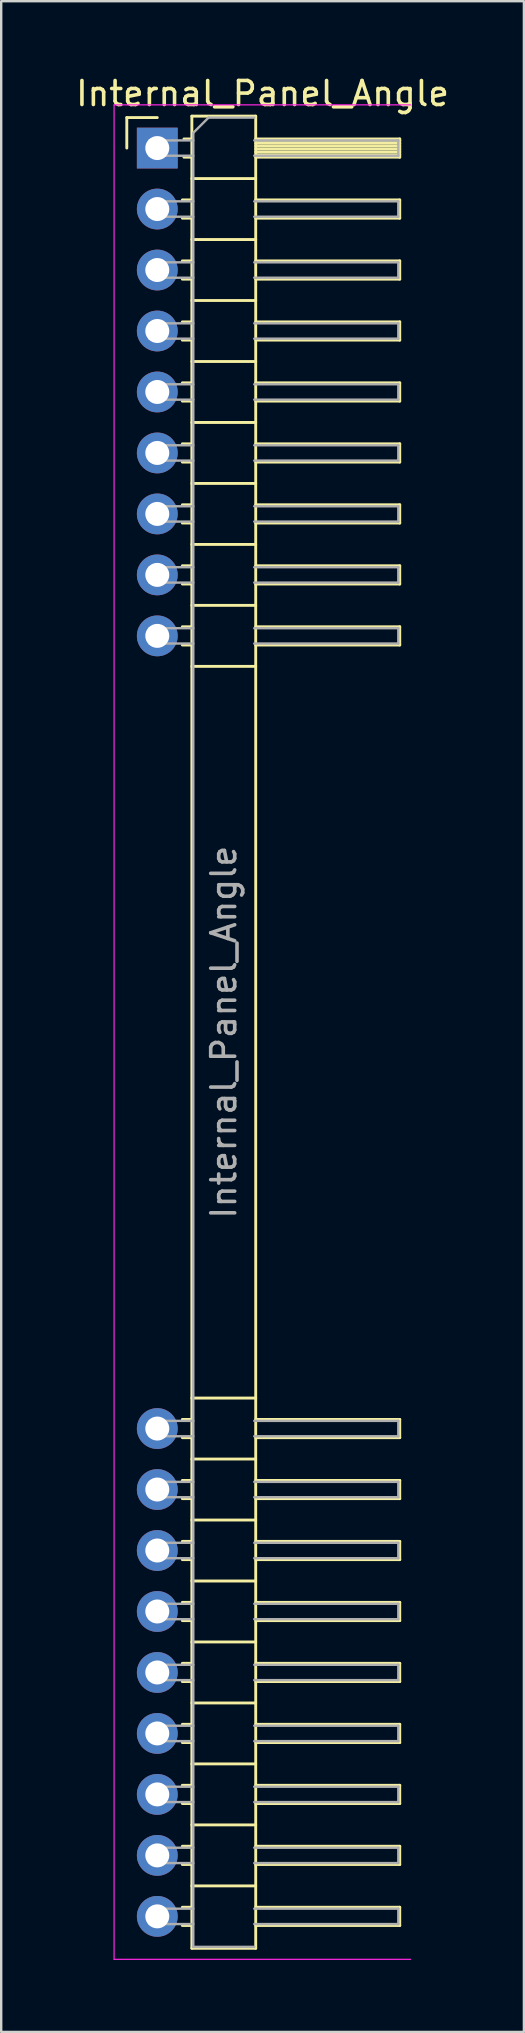
<source format=kicad_pcb>
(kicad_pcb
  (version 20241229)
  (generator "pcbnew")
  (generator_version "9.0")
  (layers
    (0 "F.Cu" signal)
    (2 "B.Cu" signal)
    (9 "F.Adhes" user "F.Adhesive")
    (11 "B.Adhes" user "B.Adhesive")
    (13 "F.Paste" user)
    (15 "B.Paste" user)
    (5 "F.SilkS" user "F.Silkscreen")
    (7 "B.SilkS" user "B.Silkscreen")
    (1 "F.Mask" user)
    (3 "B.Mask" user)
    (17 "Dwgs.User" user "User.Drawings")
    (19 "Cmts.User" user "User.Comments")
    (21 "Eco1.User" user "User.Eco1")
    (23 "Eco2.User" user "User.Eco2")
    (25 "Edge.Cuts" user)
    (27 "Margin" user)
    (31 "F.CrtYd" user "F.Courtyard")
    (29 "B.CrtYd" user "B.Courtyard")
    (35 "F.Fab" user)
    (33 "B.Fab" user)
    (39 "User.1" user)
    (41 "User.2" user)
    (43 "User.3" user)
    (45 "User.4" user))
  (footprint "Internal_Panel_Angle"
    (layer "F.Cu")
    (at 3.502 3.118)
    (property "Reference" "Internal_Panel_Angle" (at 4.385 -2.27 0) (layer "F.SilkS") (effects (font (size 1 1) (thickness 0.15))))
    (attr through_hole)
    (fp_line (start -1.27 -1.27) (end 0 -1.27) (stroke (width 0.12) (type solid)) (layer "F.SilkS"))
    (fp_line (start -1.27 0) (end -1.27 -1.27) (stroke (width 0.12) (type solid)) (layer "F.SilkS"))
    (fp_line (start 1.043 2.16) (end 1.44 2.16) (stroke (width 0.12) (type solid)) (layer "F.SilkS"))
    (fp_line (start 1.043 2.92) (end 1.44 2.92) (stroke (width 0.12) (type solid)) (layer "F.SilkS"))
    (fp_line (start 1.043 4.7) (end 1.44 4.7) (stroke (width 0.12) (type solid)) (layer "F.SilkS"))
    (fp_line (start 1.043 5.46) (end 1.44 5.46) (stroke (width 0.12) (type solid)) (layer "F.SilkS"))
    (fp_line (start 1.043 7.24) (end 1.44 7.24) (stroke (width 0.12) (type solid)) (layer "F.SilkS"))
    (fp_line (start 1.043 8) (end 1.44 8) (stroke (width 0.12) (type solid)) (layer "F.SilkS"))
    (fp_line (start 1.043 9.78) (end 1.44 9.78) (stroke (width 0.12) (type solid)) (layer "F.SilkS"))
    (fp_line (start 1.043 10.54) (end 1.44 10.54) (stroke (width 0.12) (type solid)) (layer "F.SilkS"))
    (fp_line (start 1.043 12.32) (end 1.44 12.32) (stroke (width 0.12) (type solid)) (layer "F.SilkS"))
    (fp_line (start 1.043 13.08) (end 1.44 13.08) (stroke (width 0.12) (type solid)) (layer "F.SilkS"))
    (fp_line (start 1.043 14.86) (end 1.44 14.86) (stroke (width 0.12) (type solid)) (layer "F.SilkS"))
    (fp_line (start 1.043 15.62) (end 1.44 15.62) (stroke (width 0.12) (type solid)) (layer "F.SilkS"))
    (fp_line (start 1.043 17.4) (end 1.44 17.4) (stroke (width 0.12) (type solid)) (layer "F.SilkS"))
    (fp_line (start 1.043 18.16) (end 1.44 18.16) (stroke (width 0.12) (type solid)) (layer "F.SilkS"))
    (fp_line (start 1.043 19.94) (end 1.44 19.94) (stroke (width 0.12) (type solid)) (layer "F.SilkS"))
    (fp_line (start 1.043 20.7) (end 1.44 20.7) (stroke (width 0.12) (type solid)) (layer "F.SilkS"))
    (fp_line (start 1.043 52.96) (end 1.44 52.96) (stroke (width 0.12) (type solid)) (layer "F.SilkS"))
    (fp_line (start 1.043 53.72) (end 1.44 53.72) (stroke (width 0.12) (type solid)) (layer "F.SilkS"))
    (fp_line (start 1.043 55.5) (end 1.44 55.5) (stroke (width 0.12) (type solid)) (layer "F.SilkS"))
    (fp_line (start 1.043 56.26) (end 1.44 56.26) (stroke (width 0.12) (type solid)) (layer "F.SilkS"))
    (fp_line (start 1.043 58.04) (end 1.44 58.04) (stroke (width 0.12) (type solid)) (layer "F.SilkS"))
    (fp_line (start 1.043 58.8) (end 1.44 58.8) (stroke (width 0.12) (type solid)) (layer "F.SilkS"))
    (fp_line (start 1.043 60.58) (end 1.44 60.58) (stroke (width 0.12) (type solid)) (layer "F.SilkS"))
    (fp_line (start 1.043 61.34) (end 1.44 61.34) (stroke (width 0.12) (type solid)) (layer "F.SilkS"))
    (fp_line (start 1.043 63.12) (end 1.44 63.12) (stroke (width 0.12) (type solid)) (layer "F.SilkS"))
    (fp_line (start 1.043 63.88) (end 1.44 63.88) (stroke (width 0.12) (type solid)) (layer "F.SilkS"))
    (fp_line (start 1.043 65.66) (end 1.44 65.66) (stroke (width 0.12) (type solid)) (layer "F.SilkS"))
    (fp_line (start 1.043 66.42) (end 1.44 66.42) (stroke (width 0.12) (type solid)) (layer "F.SilkS"))
    (fp_line (start 1.043 68.2) (end 1.44 68.2) (stroke (width 0.12) (type solid)) (layer "F.SilkS"))
    (fp_line (start 1.043 68.96) (end 1.44 68.96) (stroke (width 0.12) (type solid)) (layer "F.SilkS"))
    (fp_line (start 1.043 70.74) (end 1.44 70.74) (stroke (width 0.12) (type solid)) (layer "F.SilkS"))
    (fp_line (start 1.043 71.5) (end 1.44 71.5) (stroke (width 0.12) (type solid)) (layer "F.SilkS"))
    (fp_line (start 1.043 73.28) (end 1.44 73.28) (stroke (width 0.12) (type solid)) (layer "F.SilkS"))
    (fp_line (start 1.043 74.04) (end 1.44 74.04) (stroke (width 0.12) (type solid)) (layer "F.SilkS"))
    (fp_line (start 1.11 -0.38) (end 1.44 -0.38) (stroke (width 0.12) (type solid)) (layer "F.SilkS"))
    (fp_line (start 1.11 0.38) (end 1.44 0.38) (stroke (width 0.12) (type solid)) (layer "F.SilkS"))
    (fp_line (start 1.44 -1.33) (end 1.44 74.99) (stroke (width 0.12) (type solid)) (layer "F.SilkS"))
    (fp_line (start 1.44 1.27) (end 4.1 1.27) (stroke (width 0.12) (type solid)) (layer "F.SilkS"))
    (fp_line (start 1.44 3.81) (end 4.1 3.81) (stroke (width 0.12) (type solid)) (layer "F.SilkS"))
    (fp_line (start 1.44 6.35) (end 4.1 6.35) (stroke (width 0.12) (type solid)) (layer "F.SilkS"))
    (fp_line (start 1.44 8.89) (end 4.1 8.89) (stroke (width 0.12) (type solid)) (layer "F.SilkS"))
    (fp_line (start 1.44 11.43) (end 4.1 11.43) (stroke (width 0.12) (type solid)) (layer "F.SilkS"))
    (fp_line (start 1.44 13.97) (end 4.1 13.97) (stroke (width 0.12) (type solid)) (layer "F.SilkS"))
    (fp_line (start 1.44 16.51) (end 4.1 16.51) (stroke (width 0.12) (type solid)) (layer "F.SilkS"))
    (fp_line (start 1.44 19.05) (end 4.1 19.05) (stroke (width 0.12) (type solid)) (layer "F.SilkS"))
    (fp_line (start 1.44 21.59) (end 4.1 21.59) (stroke (width 0.12) (type solid)) (layer "F.SilkS"))
    (fp_line (start 1.44 52.07) (end 4.1 52.07) (stroke (width 0.12) (type solid)) (layer "F.SilkS"))
    (fp_line (start 1.44 54.61) (end 4.1 54.61) (stroke (width 0.12) (type solid)) (layer "F.SilkS"))
    (fp_line (start 1.44 57.15) (end 4.1 57.15) (stroke (width 0.12) (type solid)) (layer "F.SilkS"))
    (fp_line (start 1.44 59.69) (end 4.1 59.69) (stroke (width 0.12) (type solid)) (layer "F.SilkS"))
    (fp_line (start 1.44 62.23) (end 4.1 62.23) (stroke (width 0.12) (type solid)) (layer "F.SilkS"))
    (fp_line (start 1.44 64.77) (end 4.1 64.77) (stroke (width 0.12) (type solid)) (layer "F.SilkS"))
    (fp_line (start 1.44 67.31) (end 4.1 67.31) (stroke (width 0.12) (type solid)) (layer "F.SilkS"))
    (fp_line (start 1.44 69.85) (end 4.1 69.85) (stroke (width 0.12) (type solid)) (layer "F.SilkS"))
    (fp_line (start 1.44 72.39) (end 4.1 72.39) (stroke (width 0.12) (type solid)) (layer "F.SilkS"))
    (fp_line (start 1.44 74.99) (end 4.1 74.99) (stroke (width 0.12) (type solid)) (layer "F.SilkS"))
    (fp_line (start 4.1 -1.33) (end 1.44 -1.33) (stroke (width 0.12) (type solid)) (layer "F.SilkS"))
    (fp_line (start 4.1 -0.38) (end 10.1 -0.38) (stroke (width 0.12) (type solid)) (layer "F.SilkS"))
    (fp_line (start 4.1 -0.32) (end 10.1 -0.32) (stroke (width 0.12) (type solid)) (layer "F.SilkS"))
    (fp_line (start 4.1 -0.2) (end 10.1 -0.2) (stroke (width 0.12) (type solid)) (layer "F.SilkS"))
    (fp_line (start 4.1 -0.08) (end 10.1 -0.08) (stroke (width 0.12) (type solid)) (layer "F.SilkS"))
    (fp_line (start 4.1 0.04) (end 10.1 0.04) (stroke (width 0.12) (type solid)) (layer "F.SilkS"))
    (fp_line (start 4.1 0.16) (end 10.1 0.16) (stroke (width 0.12) (type solid)) (layer "F.SilkS"))
    (fp_line (start 4.1 0.28) (end 10.1 0.28) (stroke (width 0.12) (type solid)) (layer "F.SilkS"))
    (fp_line (start 4.1 2.16) (end 10.1 2.16) (stroke (width 0.12) (type solid)) (layer "F.SilkS"))
    (fp_line (start 4.1 4.7) (end 10.1 4.7) (stroke (width 0.12) (type solid)) (layer "F.SilkS"))
    (fp_line (start 4.1 7.24) (end 10.1 7.24) (stroke (width 0.12) (type solid)) (layer "F.SilkS"))
    (fp_line (start 4.1 9.78) (end 10.1 9.78) (stroke (width 0.12) (type solid)) (layer "F.SilkS"))
    (fp_line (start 4.1 12.32) (end 10.1 12.32) (stroke (width 0.12) (type solid)) (layer "F.SilkS"))
    (fp_line (start 4.1 14.86) (end 10.1 14.86) (stroke (width 0.12) (type solid)) (layer "F.SilkS"))
    (fp_line (start 4.1 17.4) (end 10.1 17.4) (stroke (width 0.12) (type solid)) (layer "F.SilkS"))
    (fp_line (start 4.1 19.94) (end 10.1 19.94) (stroke (width 0.12) (type solid)) (layer "F.SilkS"))
    (fp_line (start 4.1 52.96) (end 10.1 52.96) (stroke (width 0.12) (type solid)) (layer "F.SilkS"))
    (fp_line (start 4.1 55.5) (end 10.1 55.5) (stroke (width 0.12) (type solid)) (layer "F.SilkS"))
    (fp_line (start 4.1 58.04) (end 10.1 58.04) (stroke (width 0.12) (type solid)) (layer "F.SilkS"))
    (fp_line (start 4.1 60.58) (end 10.1 60.58) (stroke (width 0.12) (type solid)) (layer "F.SilkS"))
    (fp_line (start 4.1 63.12) (end 10.1 63.12) (stroke (width 0.12) (type solid)) (layer "F.SilkS"))
    (fp_line (start 4.1 65.66) (end 10.1 65.66) (stroke (width 0.12) (type solid)) (layer "F.SilkS"))
    (fp_line (start 4.1 68.2) (end 10.1 68.2) (stroke (width 0.12) (type solid)) (layer "F.SilkS"))
    (fp_line (start 4.1 70.74) (end 10.1 70.74) (stroke (width 0.12) (type solid)) (layer "F.SilkS"))
    (fp_line (start 4.1 73.28) (end 10.1 73.28) (stroke (width 0.12) (type solid)) (layer "F.SilkS"))
    (fp_line (start 4.1 74.99) (end 4.1 -1.33) (stroke (width 0.12) (type solid)) (layer "F.SilkS"))
    (fp_line (start 10.1 -0.38) (end 10.1 0.38) (stroke (width 0.12) (type solid)) (layer "F.SilkS"))
    (fp_line (start 10.1 0.38) (end 4.1 0.38) (stroke (width 0.12) (type solid)) (layer "F.SilkS"))
    (fp_line (start 10.1 2.16) (end 10.1 2.92) (stroke (width 0.12) (type solid)) (layer "F.SilkS"))
    (fp_line (start 10.1 2.92) (end 4.1 2.92) (stroke (width 0.12) (type solid)) (layer "F.SilkS"))
    (fp_line (start 10.1 4.7) (end 10.1 5.46) (stroke (width 0.12) (type solid)) (layer "F.SilkS"))
    (fp_line (start 10.1 5.46) (end 4.1 5.46) (stroke (width 0.12) (type solid)) (layer "F.SilkS"))
    (fp_line (start 10.1 7.24) (end 10.1 8) (stroke (width 0.12) (type solid)) (layer "F.SilkS"))
    (fp_line (start 10.1 8) (end 4.1 8) (stroke (width 0.12) (type solid)) (layer "F.SilkS"))
    (fp_line (start 10.1 9.78) (end 10.1 10.54) (stroke (width 0.12) (type solid)) (layer "F.SilkS"))
    (fp_line (start 10.1 10.54) (end 4.1 10.54) (stroke (width 0.12) (type solid)) (layer "F.SilkS"))
    (fp_line (start 10.1 12.32) (end 10.1 13.08) (stroke (width 0.12) (type solid)) (layer "F.SilkS"))
    (fp_line (start 10.1 13.08) (end 4.1 13.08) (stroke (width 0.12) (type solid)) (layer "F.SilkS"))
    (fp_line (start 10.1 14.86) (end 10.1 15.62) (stroke (width 0.12) (type solid)) (layer "F.SilkS"))
    (fp_line (start 10.1 15.62) (end 4.1 15.62) (stroke (width 0.12) (type solid)) (layer "F.SilkS"))
    (fp_line (start 10.1 17.4) (end 10.1 18.16) (stroke (width 0.12) (type solid)) (layer "F.SilkS"))
    (fp_line (start 10.1 18.16) (end 4.1 18.16) (stroke (width 0.12) (type solid)) (layer "F.SilkS"))
    (fp_line (start 10.1 19.94) (end 10.1 20.7) (stroke (width 0.12) (type solid)) (layer "F.SilkS"))
    (fp_line (start 10.1 20.7) (end 4.1 20.7) (stroke (width 0.12) (type solid)) (layer "F.SilkS"))
    (fp_line (start 10.1 52.96) (end 10.1 53.72) (stroke (width 0.12) (type solid)) (layer "F.SilkS"))
    (fp_line (start 10.1 53.72) (end 4.1 53.72) (stroke (width 0.12) (type solid)) (layer "F.SilkS"))
    (fp_line (start 10.1 55.5) (end 10.1 56.26) (stroke (width 0.12) (type solid)) (layer "F.SilkS"))
    (fp_line (start 10.1 56.26) (end 4.1 56.26) (stroke (width 0.12) (type solid)) (layer "F.SilkS"))
    (fp_line (start 10.1 58.04) (end 10.1 58.8) (stroke (width 0.12) (type solid)) (layer "F.SilkS"))
    (fp_line (start 10.1 58.8) (end 4.1 58.8) (stroke (width 0.12) (type solid)) (layer "F.SilkS"))
    (fp_line (start 10.1 60.58) (end 10.1 61.34) (stroke (width 0.12) (type solid)) (layer "F.SilkS"))
    (fp_line (start 10.1 61.34) (end 4.1 61.34) (stroke (width 0.12) (type solid)) (layer "F.SilkS"))
    (fp_line (start 10.1 63.12) (end 10.1 63.88) (stroke (width 0.12) (type solid)) (layer "F.SilkS"))
    (fp_line (start 10.1 63.88) (end 4.1 63.88) (stroke (width 0.12) (type solid)) (layer "F.SilkS"))
    (fp_line (start 10.1 65.66) (end 10.1 66.42) (stroke (width 0.12) (type solid)) (layer "F.SilkS"))
    (fp_line (start 10.1 66.42) (end 4.1 66.42) (stroke (width 0.12) (type solid)) (layer "F.SilkS"))
    (fp_line (start 10.1 68.2) (end 10.1 68.96) (stroke (width 0.12) (type solid)) (layer "F.SilkS"))
    (fp_line (start 10.1 68.96) (end 4.1 68.96) (stroke (width 0.12) (type solid)) (layer "F.SilkS"))
    (fp_line (start 10.1 70.74) (end 10.1 71.5) (stroke (width 0.12) (type solid)) (layer "F.SilkS"))
    (fp_line (start 10.1 71.5) (end 4.1 71.5) (stroke (width 0.12) (type solid)) (layer "F.SilkS"))
    (fp_line (start 10.1 73.28) (end 10.1 74.04) (stroke (width 0.12) (type solid)) (layer "F.SilkS"))
    (fp_line (start 10.1 74.04) (end 4.1 74.04) (stroke (width 0.12) (type solid)) (layer "F.SilkS"))
    (fp_line (start -1.8 -1.8) (end -1.8 75.45) (stroke (width 0.05) (type solid)) (layer "F.CrtYd"))
    (fp_line (start -1.8 75.45) (end 10.55 75.45) (stroke (width 0.05) (type solid)) (layer "F.CrtYd"))
    (fp_line (start 10.55 -1.8) (end -1.8 -1.8) (stroke (width 0.05) (type solid)) (layer "F.CrtYd"))
    (fp_line (start -0.32 -0.32) (end -0.32 0.32) (stroke (width 0.1) (type solid)) (layer "F.Fab"))
    (fp_line (start -0.32 -0.32) (end 1.5 -0.32) (stroke (width 0.1) (type solid)) (layer "F.Fab"))
    (fp_line (start -0.32 0.32) (end 1.5 0.32) (stroke (width 0.1) (type solid)) (layer "F.Fab"))
    (fp_line (start -0.32 2.22) (end -0.32 2.86) (stroke (width 0.1) (type solid)) (layer "F.Fab"))
    (fp_line (start -0.32 2.22) (end 1.5 2.22) (stroke (width 0.1) (type solid)) (layer "F.Fab"))
    (fp_line (start -0.32 2.86) (end 1.5 2.86) (stroke (width 0.1) (type solid)) (layer "F.Fab"))
    (fp_line (start -0.32 4.76) (end -0.32 5.4) (stroke (width 0.1) (type solid)) (layer "F.Fab"))
    (fp_line (start -0.32 4.76) (end 1.5 4.76) (stroke (width 0.1) (type solid)) (layer "F.Fab"))
    (fp_line (start -0.32 5.4) (end 1.5 5.4) (stroke (width 0.1) (type solid)) (layer "F.Fab"))
    (fp_line (start -0.32 7.3) (end -0.32 7.94) (stroke (width 0.1) (type solid)) (layer "F.Fab"))
    (fp_line (start -0.32 7.3) (end 1.5 7.3) (stroke (width 0.1) (type solid)) (layer "F.Fab"))
    (fp_line (start -0.32 7.94) (end 1.5 7.94) (stroke (width 0.1) (type solid)) (layer "F.Fab"))
    (fp_line (start -0.32 9.84) (end -0.32 10.48) (stroke (width 0.1) (type solid)) (layer "F.Fab"))
    (fp_line (start -0.32 9.84) (end 1.5 9.84) (stroke (width 0.1) (type solid)) (layer "F.Fab"))
    (fp_line (start -0.32 10.48) (end 1.5 10.48) (stroke (width 0.1) (type solid)) (layer "F.Fab"))
    (fp_line (start -0.32 12.38) (end -0.32 13.02) (stroke (width 0.1) (type solid)) (layer "F.Fab"))
    (fp_line (start -0.32 12.38) (end 1.5 12.38) (stroke (width 0.1) (type solid)) (layer "F.Fab"))
    (fp_line (start -0.32 13.02) (end 1.5 13.02) (stroke (width 0.1) (type solid)) (layer "F.Fab"))
    (fp_line (start -0.32 14.92) (end -0.32 15.56) (stroke (width 0.1) (type solid)) (layer "F.Fab"))
    (fp_line (start -0.32 14.92) (end 1.5 14.92) (stroke (width 0.1) (type solid)) (layer "F.Fab"))
    (fp_line (start -0.32 15.56) (end 1.5 15.56) (stroke (width 0.1) (type solid)) (layer "F.Fab"))
    (fp_line (start -0.32 17.46) (end -0.32 18.1) (stroke (width 0.1) (type solid)) (layer "F.Fab"))
    (fp_line (start -0.32 17.46) (end 1.5 17.46) (stroke (width 0.1) (type solid)) (layer "F.Fab"))
    (fp_line (start -0.32 18.1) (end 1.5 18.1) (stroke (width 0.1) (type solid)) (layer "F.Fab"))
    (fp_line (start -0.32 20) (end -0.32 20.64) (stroke (width 0.1) (type solid)) (layer "F.Fab"))
    (fp_line (start -0.32 20) (end 1.5 20) (stroke (width 0.1) (type solid)) (layer "F.Fab"))
    (fp_line (start -0.32 20.64) (end 1.5 20.64) (stroke (width 0.1) (type solid)) (layer "F.Fab"))
    (fp_line (start -0.32 53.02) (end -0.32 53.66) (stroke (width 0.1) (type solid)) (layer "F.Fab"))
    (fp_line (start -0.32 53.02) (end 1.5 53.02) (stroke (width 0.1) (type solid)) (layer "F.Fab"))
    (fp_line (start -0.32 53.66) (end 1.5 53.66) (stroke (width 0.1) (type solid)) (layer "F.Fab"))
    (fp_line (start -0.32 55.56) (end -0.32 56.2) (stroke (width 0.1) (type solid)) (layer "F.Fab"))
    (fp_line (start -0.32 55.56) (end 1.5 55.56) (stroke (width 0.1) (type solid)) (layer "F.Fab"))
    (fp_line (start -0.32 56.2) (end 1.5 56.2) (stroke (width 0.1) (type solid)) (layer "F.Fab"))
    (fp_line (start -0.32 58.1) (end -0.32 58.74) (stroke (width 0.1) (type solid)) (layer "F.Fab"))
    (fp_line (start -0.32 58.1) (end 1.5 58.1) (stroke (width 0.1) (type solid)) (layer "F.Fab"))
    (fp_line (start -0.32 58.74) (end 1.5 58.74) (stroke (width 0.1) (type solid)) (layer "F.Fab"))
    (fp_line (start -0.32 60.64) (end -0.32 61.28) (stroke (width 0.1) (type solid)) (layer "F.Fab"))
    (fp_line (start -0.32 60.64) (end 1.5 60.64) (stroke (width 0.1) (type solid)) (layer "F.Fab"))
    (fp_line (start -0.32 61.28) (end 1.5 61.28) (stroke (width 0.1) (type solid)) (layer "F.Fab"))
    (fp_line (start -0.32 63.18) (end -0.32 63.82) (stroke (width 0.1) (type solid)) (layer "F.Fab"))
    (fp_line (start -0.32 63.18) (end 1.5 63.18) (stroke (width 0.1) (type solid)) (layer "F.Fab"))
    (fp_line (start -0.32 63.82) (end 1.5 63.82) (stroke (width 0.1) (type solid)) (layer "F.Fab"))
    (fp_line (start -0.32 65.72) (end -0.32 66.36) (stroke (width 0.1) (type solid)) (layer "F.Fab"))
    (fp_line (start -0.32 65.72) (end 1.5 65.72) (stroke (width 0.1) (type solid)) (layer "F.Fab"))
    (fp_line (start -0.32 66.36) (end 1.5 66.36) (stroke (width 0.1) (type solid)) (layer "F.Fab"))
    (fp_line (start -0.32 68.26) (end -0.32 68.9) (stroke (width 0.1) (type solid)) (layer "F.Fab"))
    (fp_line (start -0.32 68.26) (end 1.5 68.26) (stroke (width 0.1) (type solid)) (layer "F.Fab"))
    (fp_line (start -0.32 68.9) (end 1.5 68.9) (stroke (width 0.1) (type solid)) (layer "F.Fab"))
    (fp_line (start -0.32 70.8) (end -0.32 71.44) (stroke (width 0.1) (type solid)) (layer "F.Fab"))
    (fp_line (start -0.32 70.8) (end 1.5 70.8) (stroke (width 0.1) (type solid)) (layer "F.Fab"))
    (fp_line (start -0.32 71.44) (end 1.5 71.44) (stroke (width 0.1) (type solid)) (layer "F.Fab"))
    (fp_line (start -0.32 73.34) (end -0.32 73.98) (stroke (width 0.1) (type solid)) (layer "F.Fab"))
    (fp_line (start -0.32 73.34) (end 1.5 73.34) (stroke (width 0.1) (type solid)) (layer "F.Fab"))
    (fp_line (start -0.32 73.98) (end 1.5 73.98) (stroke (width 0.1) (type solid)) (layer "F.Fab"))
    (fp_line (start 1.5 -0.635) (end 2.135 -1.27) (stroke (width 0.1) (type solid)) (layer "F.Fab"))
    (fp_line (start 1.5 74.93) (end 1.5 -0.635) (stroke (width 0.1) (type solid)) (layer "F.Fab"))
    (fp_line (start 2.135 -1.27) (end 4.04 -1.27) (stroke (width 0.1) (type solid)) (layer "F.Fab"))
    (fp_line (start 4.04 -0.32) (end 10.04 -0.32) (stroke (width 0.1) (type solid)) (layer "F.Fab"))
    (fp_line (start 4.04 0.32) (end 10.04 0.32) (stroke (width 0.1) (type solid)) (layer "F.Fab"))
    (fp_line (start 4.04 2.22) (end 10.04 2.22) (stroke (width 0.1) (type solid)) (layer "F.Fab"))
    (fp_line (start 4.04 2.86) (end 10.04 2.86) (stroke (width 0.1) (type solid)) (layer "F.Fab"))
    (fp_line (start 4.04 4.76) (end 10.04 4.76) (stroke (width 0.1) (type solid)) (layer "F.Fab"))
    (fp_line (start 4.04 5.4) (end 10.04 5.4) (stroke (width 0.1) (type solid)) (layer "F.Fab"))
    (fp_line (start 4.04 7.3) (end 10.04 7.3) (stroke (width 0.1) (type solid)) (layer "F.Fab"))
    (fp_line (start 4.04 7.94) (end 10.04 7.94) (stroke (width 0.1) (type solid)) (layer "F.Fab"))
    (fp_line (start 4.04 9.84) (end 10.04 9.84) (stroke (width 0.1) (type solid)) (layer "F.Fab"))
    (fp_line (start 4.04 10.48) (end 10.04 10.48) (stroke (width 0.1) (type solid)) (layer "F.Fab"))
    (fp_line (start 4.04 12.38) (end 10.04 12.38) (stroke (width 0.1) (type solid)) (layer "F.Fab"))
    (fp_line (start 4.04 13.02) (end 10.04 13.02) (stroke (width 0.1) (type solid)) (layer "F.Fab"))
    (fp_line (start 4.04 14.92) (end 10.04 14.92) (stroke (width 0.1) (type solid)) (layer "F.Fab"))
    (fp_line (start 4.04 15.56) (end 10.04 15.56) (stroke (width 0.1) (type solid)) (layer "F.Fab"))
    (fp_line (start 4.04 17.46) (end 10.04 17.46) (stroke (width 0.1) (type solid)) (layer "F.Fab"))
    (fp_line (start 4.04 18.1) (end 10.04 18.1) (stroke (width 0.1) (type solid)) (layer "F.Fab"))
    (fp_line (start 4.04 20) (end 10.04 20) (stroke (width 0.1) (type solid)) (layer "F.Fab"))
    (fp_line (start 4.04 20.64) (end 10.04 20.64) (stroke (width 0.1) (type solid)) (layer "F.Fab"))
    (fp_line (start 4.04 53.02) (end 10.04 53.02) (stroke (width 0.1) (type solid)) (layer "F.Fab"))
    (fp_line (start 4.04 53.66) (end 10.04 53.66) (stroke (width 0.1) (type solid)) (layer "F.Fab"))
    (fp_line (start 4.04 55.56) (end 10.04 55.56) (stroke (width 0.1) (type solid)) (layer "F.Fab"))
    (fp_line (start 4.04 56.2) (end 10.04 56.2) (stroke (width 0.1) (type solid)) (layer "F.Fab"))
    (fp_line (start 4.04 58.1) (end 10.04 58.1) (stroke (width 0.1) (type solid)) (layer "F.Fab"))
    (fp_line (start 4.04 58.74) (end 10.04 58.74) (stroke (width 0.1) (type solid)) (layer "F.Fab"))
    (fp_line (start 4.04 60.64) (end 10.04 60.64) (stroke (width 0.1) (type solid)) (layer "F.Fab"))
    (fp_line (start 4.04 61.28) (end 10.04 61.28) (stroke (width 0.1) (type solid)) (layer "F.Fab"))
    (fp_line (start 4.04 63.18) (end 10.04 63.18) (stroke (width 0.1) (type solid)) (layer "F.Fab"))
    (fp_line (start 4.04 63.82) (end 10.04 63.82) (stroke (width 0.1) (type solid)) (layer "F.Fab"))
    (fp_line (start 4.04 65.72) (end 10.04 65.72) (stroke (width 0.1) (type solid)) (layer "F.Fab"))
    (fp_line (start 4.04 66.36) (end 10.04 66.36) (stroke (width 0.1) (type solid)) (layer "F.Fab"))
    (fp_line (start 4.04 68.26) (end 10.04 68.26) (stroke (width 0.1) (type solid)) (layer "F.Fab"))
    (fp_line (start 4.04 68.9) (end 10.04 68.9) (stroke (width 0.1) (type solid)) (layer "F.Fab"))
    (fp_line (start 4.04 70.8) (end 10.04 70.8) (stroke (width 0.1) (type solid)) (layer "F.Fab"))
    (fp_line (start 4.04 71.44) (end 10.04 71.44) (stroke (width 0.1) (type solid)) (layer "F.Fab"))
    (fp_line (start 4.04 73.34) (end 10.04 73.34) (stroke (width 0.1) (type solid)) (layer "F.Fab"))
    (fp_line (start 4.04 73.98) (end 10.04 73.98) (stroke (width 0.1) (type solid)) (layer "F.Fab"))
    (fp_line (start 4.04 74.93) (end 1.5 74.93) (stroke (width 0.1) (type solid)) (layer "F.Fab"))
    (fp_line (start 10.04 -0.32) (end 10.04 0.32) (stroke (width 0.1) (type solid)) (layer "F.Fab"))
    (fp_line (start 10.04 2.22) (end 10.04 2.86) (stroke (width 0.1) (type solid)) (layer "F.Fab"))
    (fp_line (start 10.04 4.76) (end 10.04 5.4) (stroke (width 0.1) (type solid)) (layer "F.Fab"))
    (fp_line (start 10.04 7.3) (end 10.04 7.94) (stroke (width 0.1) (type solid)) (layer "F.Fab"))
    (fp_line (start 10.04 9.84) (end 10.04 10.48) (stroke (width 0.1) (type solid)) (layer "F.Fab"))
    (fp_line (start 10.04 12.38) (end 10.04 13.02) (stroke (width 0.1) (type solid)) (layer "F.Fab"))
    (fp_line (start 10.04 14.92) (end 10.04 15.56) (stroke (width 0.1) (type solid)) (layer "F.Fab"))
    (fp_line (start 10.04 17.46) (end 10.04 18.1) (stroke (width 0.1) (type solid)) (layer "F.Fab"))
    (fp_line (start 10.04 20) (end 10.04 20.64) (stroke (width 0.1) (type solid)) (layer "F.Fab"))
    (fp_line (start 10.04 53.02) (end 10.04 53.66) (stroke (width 0.1) (type solid)) (layer "F.Fab"))
    (fp_line (start 10.04 55.56) (end 10.04 56.2) (stroke (width 0.1) (type solid)) (layer "F.Fab"))
    (fp_line (start 10.04 58.1) (end 10.04 58.74) (stroke (width 0.1) (type solid)) (layer "F.Fab"))
    (fp_line (start 10.04 60.64) (end 10.04 61.28) (stroke (width 0.1) (type solid)) (layer "F.Fab"))
    (fp_line (start 10.04 63.18) (end 10.04 63.82) (stroke (width 0.1) (type solid)) (layer "F.Fab"))
    (fp_line (start 10.04 65.72) (end 10.04 66.36) (stroke (width 0.1) (type solid)) (layer "F.Fab"))
    (fp_line (start 10.04 68.26) (end 10.04 68.9) (stroke (width 0.1) (type solid)) (layer "F.Fab"))
    (fp_line (start 10.04 70.8) (end 10.04 71.44) (stroke (width 0.1) (type solid)) (layer "F.Fab"))
    (fp_line (start 10.04 73.34) (end 10.04 73.98) (stroke (width 0.1) (type solid)) (layer "F.Fab"))
    (fp_text user "${REFERENCE}" (at 2.77 36.83 90) (layer "F.Fab") (effects (font (size 1 1) (thickness 0.15))))
    (pad "1" thru_hole rect (at 0 0) (size 1.7 1.7) (drill 1) (layers "*.Cu" "*.Mask"))
    (pad "2" thru_hole oval (at 0 2.54) (size 1.7 1.7) (drill 1) (layers "*.Cu" "*.Mask"))
    (pad "3" thru_hole oval (at 0 5.08) (size 1.7 1.7) (drill 1) (layers "*.Cu" "*.Mask"))
    (pad "4" thru_hole oval (at 0 7.62) (size 1.7 1.7) (drill 1) (layers "*.Cu" "*.Mask"))
    (pad "5" thru_hole oval (at 0 10.16) (size 1.7 1.7) (drill 1) (layers "*.Cu" "*.Mask"))
    (pad "6" thru_hole oval (at 0 12.7) (size 1.7 1.7) (drill 1) (layers "*.Cu" "*.Mask"))
    (pad "7" thru_hole oval (at 0 15.24) (size 1.7 1.7) (drill 1) (layers "*.Cu" "*.Mask"))
    (pad "8" thru_hole oval (at 0 17.78) (size 1.7 1.7) (drill 1) (layers "*.Cu" "*.Mask"))
    (pad "9" thru_hole oval (at 0 20.32) (size 1.7 1.7) (drill 1) (layers "*.Cu" "*.Mask"))
    (pad "22" thru_hole oval (at 0 53.34) (size 1.7 1.7) (drill 1) (layers "*.Cu" "*.Mask"))
    (pad "23" thru_hole oval (at 0 55.88) (size 1.7 1.7) (drill 1) (layers "*.Cu" "*.Mask"))
    (pad "24" thru_hole oval (at 0 58.42) (size 1.7 1.7) (drill 1) (layers "*.Cu" "*.Mask"))
    (pad "25" thru_hole oval (at 0 60.96) (size 1.7 1.7) (drill 1) (layers "*.Cu" "*.Mask"))
    (pad "26" thru_hole oval (at 0 63.5) (size 1.7 1.7) (drill 1) (layers "*.Cu" "*.Mask"))
    (pad "27" thru_hole oval (at 0 66.04) (size 1.7 1.7) (drill 1) (layers "*.Cu" "*.Mask"))
    (pad "28" thru_hole oval (at 0 68.58) (size 1.7 1.7) (drill 1) (layers "*.Cu" "*.Mask"))
    (pad "29" thru_hole oval (at 0 71.12) (size 1.7 1.7) (drill 1) (layers "*.Cu" "*.Mask"))
    (pad "30" thru_hole oval (at 0 73.66) (size 1.7 1.7) (drill 1) (layers "*.Cu" "*.Mask")))
  (gr_rect
    (start -3 -3)
    (end 18.774 81.593)
    (stroke (width 0.1) (type default))
    (fill no)
    (layer "Edge.Cuts")))
</source>
